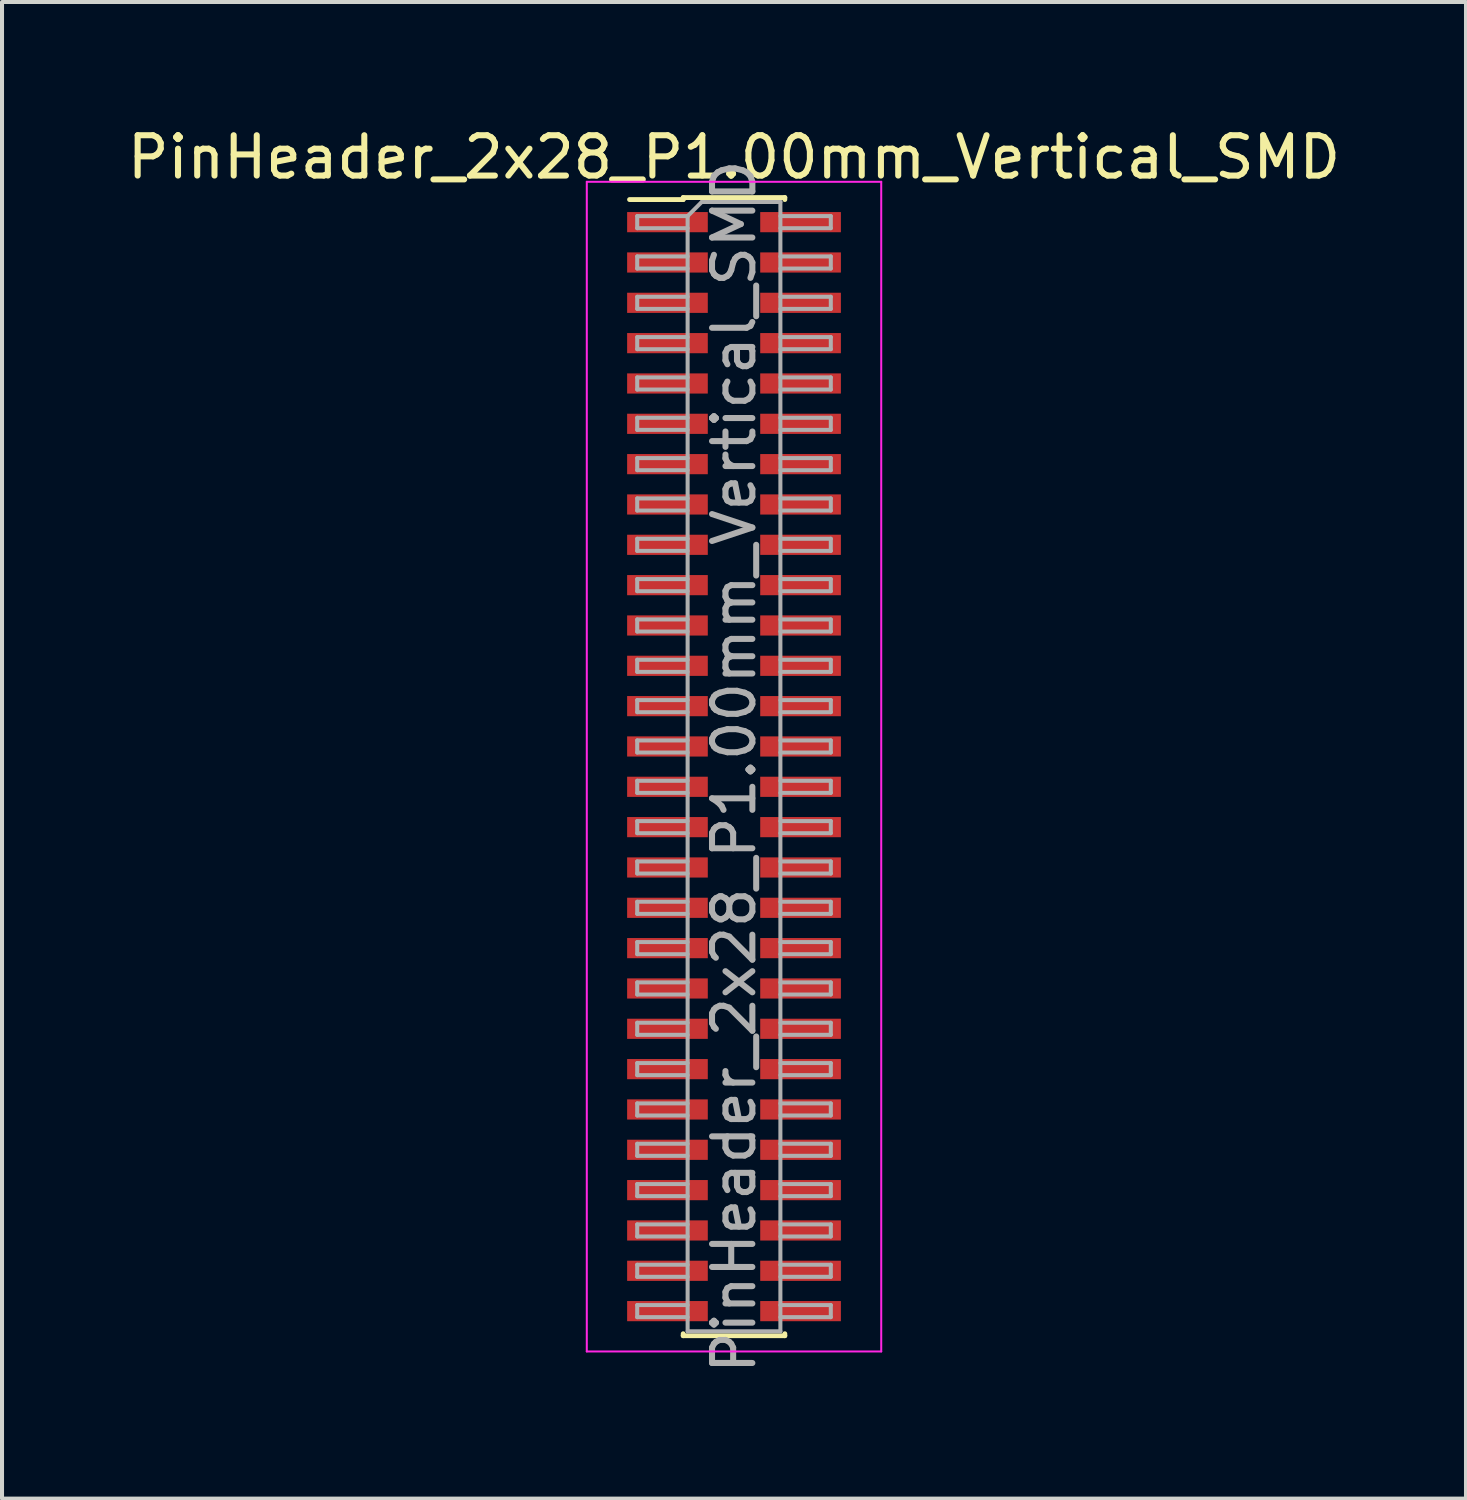
<source format=kicad_pcb>
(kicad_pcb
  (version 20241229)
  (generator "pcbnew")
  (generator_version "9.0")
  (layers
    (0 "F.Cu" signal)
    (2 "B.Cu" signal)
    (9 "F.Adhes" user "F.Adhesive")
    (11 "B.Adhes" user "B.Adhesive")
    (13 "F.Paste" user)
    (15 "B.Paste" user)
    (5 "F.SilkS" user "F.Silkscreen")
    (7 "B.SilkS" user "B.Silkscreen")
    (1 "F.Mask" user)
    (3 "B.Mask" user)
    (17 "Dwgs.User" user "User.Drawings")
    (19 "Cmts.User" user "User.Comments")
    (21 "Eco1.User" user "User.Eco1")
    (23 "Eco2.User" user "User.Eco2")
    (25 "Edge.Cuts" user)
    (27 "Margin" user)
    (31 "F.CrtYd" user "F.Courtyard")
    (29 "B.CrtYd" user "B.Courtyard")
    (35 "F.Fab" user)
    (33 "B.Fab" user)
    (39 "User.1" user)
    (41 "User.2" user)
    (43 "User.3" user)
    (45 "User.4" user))
  (footprint "PinHeader_2x28_P1.00mm_Vertical_SMD"
    (layer "F.Cu")
    (at 15.149 15.958)
    (property "Reference" "PinHeader_2x28_P1.00mm_Vertical_SMD" (at 0 -15.11 0) (layer "F.SilkS") (effects (font (size 1 1) (thickness 0.15))))
    (attr smd)
    (fp_line (start -2.59 -14.06) (end -1.26 -14.06) (stroke (width 0.12) (type solid)) (layer "F.SilkS"))
    (fp_line (start -1.26 -14.11) (end -1.26 -14.06) (stroke (width 0.12) (type solid)) (layer "F.SilkS"))
    (fp_line (start -1.26 -14.11) (end 1.26 -14.11) (stroke (width 0.12) (type solid)) (layer "F.SilkS"))
    (fp_line (start -1.26 14.06) (end -1.26 14.11) (stroke (width 0.12) (type solid)) (layer "F.SilkS"))
    (fp_line (start -1.26 14.11) (end 1.26 14.11) (stroke (width 0.12) (type solid)) (layer "F.SilkS"))
    (fp_line (start 1.26 -14.11) (end 1.26 -14.06) (stroke (width 0.12) (type solid)) (layer "F.SilkS"))
    (fp_line (start 1.26 14.06) (end 1.26 14.11) (stroke (width 0.12) (type solid)) (layer "F.SilkS"))
    (fp_line (start -3.65 -14.5) (end -3.65 14.5) (stroke (width 0.05) (type solid)) (layer "F.CrtYd"))
    (fp_line (start -3.65 14.5) (end 3.65 14.5) (stroke (width 0.05) (type solid)) (layer "F.CrtYd"))
    (fp_line (start 3.65 -14.5) (end -3.65 -14.5) (stroke (width 0.05) (type solid)) (layer "F.CrtYd"))
    (fp_line (start 3.65 14.5) (end 3.65 -14.5) (stroke (width 0.05) (type solid)) (layer "F.CrtYd"))
    (fp_line (start -2.4 -13.65) (end -2.4 -13.35) (stroke (width 0.1) (type solid)) (layer "F.Fab"))
    (fp_line (start -2.4 -13.35) (end -1.15 -13.35) (stroke (width 0.1) (type solid)) (layer "F.Fab"))
    (fp_line (start -2.4 -12.65) (end -2.4 -12.35) (stroke (width 0.1) (type solid)) (layer "F.Fab"))
    (fp_line (start -2.4 -12.35) (end -1.15 -12.35) (stroke (width 0.1) (type solid)) (layer "F.Fab"))
    (fp_line (start -2.4 -11.65) (end -2.4 -11.35) (stroke (width 0.1) (type solid)) (layer "F.Fab"))
    (fp_line (start -2.4 -11.35) (end -1.15 -11.35) (stroke (width 0.1) (type solid)) (layer "F.Fab"))
    (fp_line (start -2.4 -10.65) (end -2.4 -10.35) (stroke (width 0.1) (type solid)) (layer "F.Fab"))
    (fp_line (start -2.4 -10.35) (end -1.15 -10.35) (stroke (width 0.1) (type solid)) (layer "F.Fab"))
    (fp_line (start -2.4 -9.65) (end -2.4 -9.35) (stroke (width 0.1) (type solid)) (layer "F.Fab"))
    (fp_line (start -2.4 -9.35) (end -1.15 -9.35) (stroke (width 0.1) (type solid)) (layer "F.Fab"))
    (fp_line (start -2.4 -8.65) (end -2.4 -8.35) (stroke (width 0.1) (type solid)) (layer "F.Fab"))
    (fp_line (start -2.4 -8.35) (end -1.15 -8.35) (stroke (width 0.1) (type solid)) (layer "F.Fab"))
    (fp_line (start -2.4 -7.65) (end -2.4 -7.35) (stroke (width 0.1) (type solid)) (layer "F.Fab"))
    (fp_line (start -2.4 -7.35) (end -1.15 -7.35) (stroke (width 0.1) (type solid)) (layer "F.Fab"))
    (fp_line (start -2.4 -6.65) (end -2.4 -6.35) (stroke (width 0.1) (type solid)) (layer "F.Fab"))
    (fp_line (start -2.4 -6.35) (end -1.15 -6.35) (stroke (width 0.1) (type solid)) (layer "F.Fab"))
    (fp_line (start -2.4 -5.65) (end -2.4 -5.35) (stroke (width 0.1) (type solid)) (layer "F.Fab"))
    (fp_line (start -2.4 -5.35) (end -1.15 -5.35) (stroke (width 0.1) (type solid)) (layer "F.Fab"))
    (fp_line (start -2.4 -4.65) (end -2.4 -4.35) (stroke (width 0.1) (type solid)) (layer "F.Fab"))
    (fp_line (start -2.4 -4.35) (end -1.15 -4.35) (stroke (width 0.1) (type solid)) (layer "F.Fab"))
    (fp_line (start -2.4 -3.65) (end -2.4 -3.35) (stroke (width 0.1) (type solid)) (layer "F.Fab"))
    (fp_line (start -2.4 -3.35) (end -1.15 -3.35) (stroke (width 0.1) (type solid)) (layer "F.Fab"))
    (fp_line (start -2.4 -2.65) (end -2.4 -2.35) (stroke (width 0.1) (type solid)) (layer "F.Fab"))
    (fp_line (start -2.4 -2.35) (end -1.15 -2.35) (stroke (width 0.1) (type solid)) (layer "F.Fab"))
    (fp_line (start -2.4 -1.65) (end -2.4 -1.35) (stroke (width 0.1) (type solid)) (layer "F.Fab"))
    (fp_line (start -2.4 -1.35) (end -1.15 -1.35) (stroke (width 0.1) (type solid)) (layer "F.Fab"))
    (fp_line (start -2.4 -0.65) (end -2.4 -0.35) (stroke (width 0.1) (type solid)) (layer "F.Fab"))
    (fp_line (start -2.4 -0.35) (end -1.15 -0.35) (stroke (width 0.1) (type solid)) (layer "F.Fab"))
    (fp_line (start -2.4 0.35) (end -2.4 0.65) (stroke (width 0.1) (type solid)) (layer "F.Fab"))
    (fp_line (start -2.4 0.65) (end -1.15 0.65) (stroke (width 0.1) (type solid)) (layer "F.Fab"))
    (fp_line (start -2.4 1.35) (end -2.4 1.65) (stroke (width 0.1) (type solid)) (layer "F.Fab"))
    (fp_line (start -2.4 1.65) (end -1.15 1.65) (stroke (width 0.1) (type solid)) (layer "F.Fab"))
    (fp_line (start -2.4 2.35) (end -2.4 2.65) (stroke (width 0.1) (type solid)) (layer "F.Fab"))
    (fp_line (start -2.4 2.65) (end -1.15 2.65) (stroke (width 0.1) (type solid)) (layer "F.Fab"))
    (fp_line (start -2.4 3.35) (end -2.4 3.65) (stroke (width 0.1) (type solid)) (layer "F.Fab"))
    (fp_line (start -2.4 3.65) (end -1.15 3.65) (stroke (width 0.1) (type solid)) (layer "F.Fab"))
    (fp_line (start -2.4 4.35) (end -2.4 4.65) (stroke (width 0.1) (type solid)) (layer "F.Fab"))
    (fp_line (start -2.4 4.65) (end -1.15 4.65) (stroke (width 0.1) (type solid)) (layer "F.Fab"))
    (fp_line (start -2.4 5.35) (end -2.4 5.65) (stroke (width 0.1) (type solid)) (layer "F.Fab"))
    (fp_line (start -2.4 5.65) (end -1.15 5.65) (stroke (width 0.1) (type solid)) (layer "F.Fab"))
    (fp_line (start -2.4 6.35) (end -2.4 6.65) (stroke (width 0.1) (type solid)) (layer "F.Fab"))
    (fp_line (start -2.4 6.65) (end -1.15 6.65) (stroke (width 0.1) (type solid)) (layer "F.Fab"))
    (fp_line (start -2.4 7.35) (end -2.4 7.65) (stroke (width 0.1) (type solid)) (layer "F.Fab"))
    (fp_line (start -2.4 7.65) (end -1.15 7.65) (stroke (width 0.1) (type solid)) (layer "F.Fab"))
    (fp_line (start -2.4 8.35) (end -2.4 8.65) (stroke (width 0.1) (type solid)) (layer "F.Fab"))
    (fp_line (start -2.4 8.65) (end -1.15 8.65) (stroke (width 0.1) (type solid)) (layer "F.Fab"))
    (fp_line (start -2.4 9.35) (end -2.4 9.65) (stroke (width 0.1) (type solid)) (layer "F.Fab"))
    (fp_line (start -2.4 9.65) (end -1.15 9.65) (stroke (width 0.1) (type solid)) (layer "F.Fab"))
    (fp_line (start -2.4 10.35) (end -2.4 10.65) (stroke (width 0.1) (type solid)) (layer "F.Fab"))
    (fp_line (start -2.4 10.65) (end -1.15 10.65) (stroke (width 0.1) (type solid)) (layer "F.Fab"))
    (fp_line (start -2.4 11.35) (end -2.4 11.65) (stroke (width 0.1) (type solid)) (layer "F.Fab"))
    (fp_line (start -2.4 11.65) (end -1.15 11.65) (stroke (width 0.1) (type solid)) (layer "F.Fab"))
    (fp_line (start -2.4 12.35) (end -2.4 12.65) (stroke (width 0.1) (type solid)) (layer "F.Fab"))
    (fp_line (start -2.4 12.65) (end -1.15 12.65) (stroke (width 0.1) (type solid)) (layer "F.Fab"))
    (fp_line (start -2.4 13.35) (end -2.4 13.65) (stroke (width 0.1) (type solid)) (layer "F.Fab"))
    (fp_line (start -2.4 13.65) (end -1.15 13.65) (stroke (width 0.1) (type solid)) (layer "F.Fab"))
    (fp_line (start -1.15 -13.65) (end -2.4 -13.65) (stroke (width 0.1) (type solid)) (layer "F.Fab"))
    (fp_line (start -1.15 -13.65) (end -0.8 -14) (stroke (width 0.1) (type solid)) (layer "F.Fab"))
    (fp_line (start -1.15 -12.65) (end -2.4 -12.65) (stroke (width 0.1) (type solid)) (layer "F.Fab"))
    (fp_line (start -1.15 -11.65) (end -2.4 -11.65) (stroke (width 0.1) (type solid)) (layer "F.Fab"))
    (fp_line (start -1.15 -10.65) (end -2.4 -10.65) (stroke (width 0.1) (type solid)) (layer "F.Fab"))
    (fp_line (start -1.15 -9.65) (end -2.4 -9.65) (stroke (width 0.1) (type solid)) (layer "F.Fab"))
    (fp_line (start -1.15 -8.65) (end -2.4 -8.65) (stroke (width 0.1) (type solid)) (layer "F.Fab"))
    (fp_line (start -1.15 -7.65) (end -2.4 -7.65) (stroke (width 0.1) (type solid)) (layer "F.Fab"))
    (fp_line (start -1.15 -6.65) (end -2.4 -6.65) (stroke (width 0.1) (type solid)) (layer "F.Fab"))
    (fp_line (start -1.15 -5.65) (end -2.4 -5.65) (stroke (width 0.1) (type solid)) (layer "F.Fab"))
    (fp_line (start -1.15 -4.65) (end -2.4 -4.65) (stroke (width 0.1) (type solid)) (layer "F.Fab"))
    (fp_line (start -1.15 -3.65) (end -2.4 -3.65) (stroke (width 0.1) (type solid)) (layer "F.Fab"))
    (fp_line (start -1.15 -2.65) (end -2.4 -2.65) (stroke (width 0.1) (type solid)) (layer "F.Fab"))
    (fp_line (start -1.15 -1.65) (end -2.4 -1.65) (stroke (width 0.1) (type solid)) (layer "F.Fab"))
    (fp_line (start -1.15 -0.65) (end -2.4 -0.65) (stroke (width 0.1) (type solid)) (layer "F.Fab"))
    (fp_line (start -1.15 0.35) (end -2.4 0.35) (stroke (width 0.1) (type solid)) (layer "F.Fab"))
    (fp_line (start -1.15 1.35) (end -2.4 1.35) (stroke (width 0.1) (type solid)) (layer "F.Fab"))
    (fp_line (start -1.15 2.35) (end -2.4 2.35) (stroke (width 0.1) (type solid)) (layer "F.Fab"))
    (fp_line (start -1.15 3.35) (end -2.4 3.35) (stroke (width 0.1) (type solid)) (layer "F.Fab"))
    (fp_line (start -1.15 4.35) (end -2.4 4.35) (stroke (width 0.1) (type solid)) (layer "F.Fab"))
    (fp_line (start -1.15 5.35) (end -2.4 5.35) (stroke (width 0.1) (type solid)) (layer "F.Fab"))
    (fp_line (start -1.15 6.35) (end -2.4 6.35) (stroke (width 0.1) (type solid)) (layer "F.Fab"))
    (fp_line (start -1.15 7.35) (end -2.4 7.35) (stroke (width 0.1) (type solid)) (layer "F.Fab"))
    (fp_line (start -1.15 8.35) (end -2.4 8.35) (stroke (width 0.1) (type solid)) (layer "F.Fab"))
    (fp_line (start -1.15 9.35) (end -2.4 9.35) (stroke (width 0.1) (type solid)) (layer "F.Fab"))
    (fp_line (start -1.15 10.35) (end -2.4 10.35) (stroke (width 0.1) (type solid)) (layer "F.Fab"))
    (fp_line (start -1.15 11.35) (end -2.4 11.35) (stroke (width 0.1) (type solid)) (layer "F.Fab"))
    (fp_line (start -1.15 12.35) (end -2.4 12.35) (stroke (width 0.1) (type solid)) (layer "F.Fab"))
    (fp_line (start -1.15 13.35) (end -2.4 13.35) (stroke (width 0.1) (type solid)) (layer "F.Fab"))
    (fp_line (start -1.15 14) (end -1.15 -13.65) (stroke (width 0.1) (type solid)) (layer "F.Fab"))
    (fp_line (start -0.8 -14) (end 1.15 -14) (stroke (width 0.1) (type solid)) (layer "F.Fab"))
    (fp_line (start 1.15 -14) (end 1.15 14) (stroke (width 0.1) (type solid)) (layer "F.Fab"))
    (fp_line (start 1.15 -13.65) (end 2.4 -13.65) (stroke (width 0.1) (type solid)) (layer "F.Fab"))
    (fp_line (start 1.15 -12.65) (end 2.4 -12.65) (stroke (width 0.1) (type solid)) (layer "F.Fab"))
    (fp_line (start 1.15 -11.65) (end 2.4 -11.65) (stroke (width 0.1) (type solid)) (layer "F.Fab"))
    (fp_line (start 1.15 -10.65) (end 2.4 -10.65) (stroke (width 0.1) (type solid)) (layer "F.Fab"))
    (fp_line (start 1.15 -9.65) (end 2.4 -9.65) (stroke (width 0.1) (type solid)) (layer "F.Fab"))
    (fp_line (start 1.15 -8.65) (end 2.4 -8.65) (stroke (width 0.1) (type solid)) (layer "F.Fab"))
    (fp_line (start 1.15 -7.65) (end 2.4 -7.65) (stroke (width 0.1) (type solid)) (layer "F.Fab"))
    (fp_line (start 1.15 -6.65) (end 2.4 -6.65) (stroke (width 0.1) (type solid)) (layer "F.Fab"))
    (fp_line (start 1.15 -5.65) (end 2.4 -5.65) (stroke (width 0.1) (type solid)) (layer "F.Fab"))
    (fp_line (start 1.15 -4.65) (end 2.4 -4.65) (stroke (width 0.1) (type solid)) (layer "F.Fab"))
    (fp_line (start 1.15 -3.65) (end 2.4 -3.65) (stroke (width 0.1) (type solid)) (layer "F.Fab"))
    (fp_line (start 1.15 -2.65) (end 2.4 -2.65) (stroke (width 0.1) (type solid)) (layer "F.Fab"))
    (fp_line (start 1.15 -1.65) (end 2.4 -1.65) (stroke (width 0.1) (type solid)) (layer "F.Fab"))
    (fp_line (start 1.15 -0.65) (end 2.4 -0.65) (stroke (width 0.1) (type solid)) (layer "F.Fab"))
    (fp_line (start 1.15 0.35) (end 2.4 0.35) (stroke (width 0.1) (type solid)) (layer "F.Fab"))
    (fp_line (start 1.15 1.35) (end 2.4 1.35) (stroke (width 0.1) (type solid)) (layer "F.Fab"))
    (fp_line (start 1.15 2.35) (end 2.4 2.35) (stroke (width 0.1) (type solid)) (layer "F.Fab"))
    (fp_line (start 1.15 3.35) (end 2.4 3.35) (stroke (width 0.1) (type solid)) (layer "F.Fab"))
    (fp_line (start 1.15 4.35) (end 2.4 4.35) (stroke (width 0.1) (type solid)) (layer "F.Fab"))
    (fp_line (start 1.15 5.35) (end 2.4 5.35) (stroke (width 0.1) (type solid)) (layer "F.Fab"))
    (fp_line (start 1.15 6.35) (end 2.4 6.35) (stroke (width 0.1) (type solid)) (layer "F.Fab"))
    (fp_line (start 1.15 7.35) (end 2.4 7.35) (stroke (width 0.1) (type solid)) (layer "F.Fab"))
    (fp_line (start 1.15 8.35) (end 2.4 8.35) (stroke (width 0.1) (type solid)) (layer "F.Fab"))
    (fp_line (start 1.15 9.35) (end 2.4 9.35) (stroke (width 0.1) (type solid)) (layer "F.Fab"))
    (fp_line (start 1.15 10.35) (end 2.4 10.35) (stroke (width 0.1) (type solid)) (layer "F.Fab"))
    (fp_line (start 1.15 11.35) (end 2.4 11.35) (stroke (width 0.1) (type solid)) (layer "F.Fab"))
    (fp_line (start 1.15 12.35) (end 2.4 12.35) (stroke (width 0.1) (type solid)) (layer "F.Fab"))
    (fp_line (start 1.15 13.35) (end 2.4 13.35) (stroke (width 0.1) (type solid)) (layer "F.Fab"))
    (fp_line (start 1.15 14) (end -1.15 14) (stroke (width 0.1) (type solid)) (layer "F.Fab"))
    (fp_line (start 2.4 -13.65) (end 2.4 -13.35) (stroke (width 0.1) (type solid)) (layer "F.Fab"))
    (fp_line (start 2.4 -13.35) (end 1.15 -13.35) (stroke (width 0.1) (type solid)) (layer "F.Fab"))
    (fp_line (start 2.4 -12.65) (end 2.4 -12.35) (stroke (width 0.1) (type solid)) (layer "F.Fab"))
    (fp_line (start 2.4 -12.35) (end 1.15 -12.35) (stroke (width 0.1) (type solid)) (layer "F.Fab"))
    (fp_line (start 2.4 -11.65) (end 2.4 -11.35) (stroke (width 0.1) (type solid)) (layer "F.Fab"))
    (fp_line (start 2.4 -11.35) (end 1.15 -11.35) (stroke (width 0.1) (type solid)) (layer "F.Fab"))
    (fp_line (start 2.4 -10.65) (end 2.4 -10.35) (stroke (width 0.1) (type solid)) (layer "F.Fab"))
    (fp_line (start 2.4 -10.35) (end 1.15 -10.35) (stroke (width 0.1) (type solid)) (layer "F.Fab"))
    (fp_line (start 2.4 -9.65) (end 2.4 -9.35) (stroke (width 0.1) (type solid)) (layer "F.Fab"))
    (fp_line (start 2.4 -9.35) (end 1.15 -9.35) (stroke (width 0.1) (type solid)) (layer "F.Fab"))
    (fp_line (start 2.4 -8.65) (end 2.4 -8.35) (stroke (width 0.1) (type solid)) (layer "F.Fab"))
    (fp_line (start 2.4 -8.35) (end 1.15 -8.35) (stroke (width 0.1) (type solid)) (layer "F.Fab"))
    (fp_line (start 2.4 -7.65) (end 2.4 -7.35) (stroke (width 0.1) (type solid)) (layer "F.Fab"))
    (fp_line (start 2.4 -7.35) (end 1.15 -7.35) (stroke (width 0.1) (type solid)) (layer "F.Fab"))
    (fp_line (start 2.4 -6.65) (end 2.4 -6.35) (stroke (width 0.1) (type solid)) (layer "F.Fab"))
    (fp_line (start 2.4 -6.35) (end 1.15 -6.35) (stroke (width 0.1) (type solid)) (layer "F.Fab"))
    (fp_line (start 2.4 -5.65) (end 2.4 -5.35) (stroke (width 0.1) (type solid)) (layer "F.Fab"))
    (fp_line (start 2.4 -5.35) (end 1.15 -5.35) (stroke (width 0.1) (type solid)) (layer "F.Fab"))
    (fp_line (start 2.4 -4.65) (end 2.4 -4.35) (stroke (width 0.1) (type solid)) (layer "F.Fab"))
    (fp_line (start 2.4 -4.35) (end 1.15 -4.35) (stroke (width 0.1) (type solid)) (layer "F.Fab"))
    (fp_line (start 2.4 -3.65) (end 2.4 -3.35) (stroke (width 0.1) (type solid)) (layer "F.Fab"))
    (fp_line (start 2.4 -3.35) (end 1.15 -3.35) (stroke (width 0.1) (type solid)) (layer "F.Fab"))
    (fp_line (start 2.4 -2.65) (end 2.4 -2.35) (stroke (width 0.1) (type solid)) (layer "F.Fab"))
    (fp_line (start 2.4 -2.35) (end 1.15 -2.35) (stroke (width 0.1) (type solid)) (layer "F.Fab"))
    (fp_line (start 2.4 -1.65) (end 2.4 -1.35) (stroke (width 0.1) (type solid)) (layer "F.Fab"))
    (fp_line (start 2.4 -1.35) (end 1.15 -1.35) (stroke (width 0.1) (type solid)) (layer "F.Fab"))
    (fp_line (start 2.4 -0.65) (end 2.4 -0.35) (stroke (width 0.1) (type solid)) (layer "F.Fab"))
    (fp_line (start 2.4 -0.35) (end 1.15 -0.35) (stroke (width 0.1) (type solid)) (layer "F.Fab"))
    (fp_line (start 2.4 0.35) (end 2.4 0.65) (stroke (width 0.1) (type solid)) (layer "F.Fab"))
    (fp_line (start 2.4 0.65) (end 1.15 0.65) (stroke (width 0.1) (type solid)) (layer "F.Fab"))
    (fp_line (start 2.4 1.35) (end 2.4 1.65) (stroke (width 0.1) (type solid)) (layer "F.Fab"))
    (fp_line (start 2.4 1.65) (end 1.15 1.65) (stroke (width 0.1) (type solid)) (layer "F.Fab"))
    (fp_line (start 2.4 2.35) (end 2.4 2.65) (stroke (width 0.1) (type solid)) (layer "F.Fab"))
    (fp_line (start 2.4 2.65) (end 1.15 2.65) (stroke (width 0.1) (type solid)) (layer "F.Fab"))
    (fp_line (start 2.4 3.35) (end 2.4 3.65) (stroke (width 0.1) (type solid)) (layer "F.Fab"))
    (fp_line (start 2.4 3.65) (end 1.15 3.65) (stroke (width 0.1) (type solid)) (layer "F.Fab"))
    (fp_line (start 2.4 4.35) (end 2.4 4.65) (stroke (width 0.1) (type solid)) (layer "F.Fab"))
    (fp_line (start 2.4 4.65) (end 1.15 4.65) (stroke (width 0.1) (type solid)) (layer "F.Fab"))
    (fp_line (start 2.4 5.35) (end 2.4 5.65) (stroke (width 0.1) (type solid)) (layer "F.Fab"))
    (fp_line (start 2.4 5.65) (end 1.15 5.65) (stroke (width 0.1) (type solid)) (layer "F.Fab"))
    (fp_line (start 2.4 6.35) (end 2.4 6.65) (stroke (width 0.1) (type solid)) (layer "F.Fab"))
    (fp_line (start 2.4 6.65) (end 1.15 6.65) (stroke (width 0.1) (type solid)) (layer "F.Fab"))
    (fp_line (start 2.4 7.35) (end 2.4 7.65) (stroke (width 0.1) (type solid)) (layer "F.Fab"))
    (fp_line (start 2.4 7.65) (end 1.15 7.65) (stroke (width 0.1) (type solid)) (layer "F.Fab"))
    (fp_line (start 2.4 8.35) (end 2.4 8.65) (stroke (width 0.1) (type solid)) (layer "F.Fab"))
    (fp_line (start 2.4 8.65) (end 1.15 8.65) (stroke (width 0.1) (type solid)) (layer "F.Fab"))
    (fp_line (start 2.4 9.35) (end 2.4 9.65) (stroke (width 0.1) (type solid)) (layer "F.Fab"))
    (fp_line (start 2.4 9.65) (end 1.15 9.65) (stroke (width 0.1) (type solid)) (layer "F.Fab"))
    (fp_line (start 2.4 10.35) (end 2.4 10.65) (stroke (width 0.1) (type solid)) (layer "F.Fab"))
    (fp_line (start 2.4 10.65) (end 1.15 10.65) (stroke (width 0.1) (type solid)) (layer "F.Fab"))
    (fp_line (start 2.4 11.35) (end 2.4 11.65) (stroke (width 0.1) (type solid)) (layer "F.Fab"))
    (fp_line (start 2.4 11.65) (end 1.15 11.65) (stroke (width 0.1) (type solid)) (layer "F.Fab"))
    (fp_line (start 2.4 12.35) (end 2.4 12.65) (stroke (width 0.1) (type solid)) (layer "F.Fab"))
    (fp_line (start 2.4 12.65) (end 1.15 12.65) (stroke (width 0.1) (type solid)) (layer "F.Fab"))
    (fp_line (start 2.4 13.35) (end 2.4 13.65) (stroke (width 0.1) (type solid)) (layer "F.Fab"))
    (fp_line (start 2.4 13.65) (end 1.15 13.65) (stroke (width 0.1) (type solid)) (layer "F.Fab"))
    (fp_text user "${REFERENCE}" (at 0 0 90) (layer "F.Fab") (effects (font (size 1 1) (thickness 0.15))))
    (pad "1" smd rect (at -1.65 -13.5) (size 2 0.5) (layers "F.Cu" "F.Mask" "F.Paste"))
    (pad "2" smd rect (at 1.65 -13.5) (size 2 0.5) (layers "F.Cu" "F.Mask" "F.Paste"))
    (pad "3" smd rect (at -1.65 -12.5) (size 2 0.5) (layers "F.Cu" "F.Mask" "F.Paste"))
    (pad "4" smd rect (at 1.65 -12.5) (size 2 0.5) (layers "F.Cu" "F.Mask" "F.Paste"))
    (pad "5" smd rect (at -1.65 -11.5) (size 2 0.5) (layers "F.Cu" "F.Mask" "F.Paste"))
    (pad "6" smd rect (at 1.65 -11.5) (size 2 0.5) (layers "F.Cu" "F.Mask" "F.Paste"))
    (pad "7" smd rect (at -1.65 -10.5) (size 2 0.5) (layers "F.Cu" "F.Mask" "F.Paste"))
    (pad "8" smd rect (at 1.65 -10.5) (size 2 0.5) (layers "F.Cu" "F.Mask" "F.Paste"))
    (pad "9" smd rect (at -1.65 -9.5) (size 2 0.5) (layers "F.Cu" "F.Mask" "F.Paste"))
    (pad "10" smd rect (at 1.65 -9.5) (size 2 0.5) (layers "F.Cu" "F.Mask" "F.Paste"))
    (pad "11" smd rect (at -1.65 -8.5) (size 2 0.5) (layers "F.Cu" "F.Mask" "F.Paste"))
    (pad "12" smd rect (at 1.65 -8.5) (size 2 0.5) (layers "F.Cu" "F.Mask" "F.Paste"))
    (pad "13" smd rect (at -1.65 -7.5) (size 2 0.5) (layers "F.Cu" "F.Mask" "F.Paste"))
    (pad "14" smd rect (at 1.65 -7.5) (size 2 0.5) (layers "F.Cu" "F.Mask" "F.Paste"))
    (pad "15" smd rect (at -1.65 -6.5) (size 2 0.5) (layers "F.Cu" "F.Mask" "F.Paste"))
    (pad "16" smd rect (at 1.65 -6.5) (size 2 0.5) (layers "F.Cu" "F.Mask" "F.Paste"))
    (pad "17" smd rect (at -1.65 -5.5) (size 2 0.5) (layers "F.Cu" "F.Mask" "F.Paste"))
    (pad "18" smd rect (at 1.65 -5.5) (size 2 0.5) (layers "F.Cu" "F.Mask" "F.Paste"))
    (pad "19" smd rect (at -1.65 -4.5) (size 2 0.5) (layers "F.Cu" "F.Mask" "F.Paste"))
    (pad "20" smd rect (at 1.65 -4.5) (size 2 0.5) (layers "F.Cu" "F.Mask" "F.Paste"))
    (pad "21" smd rect (at -1.65 -3.5) (size 2 0.5) (layers "F.Cu" "F.Mask" "F.Paste"))
    (pad "22" smd rect (at 1.65 -3.5) (size 2 0.5) (layers "F.Cu" "F.Mask" "F.Paste"))
    (pad "23" smd rect (at -1.65 -2.5) (size 2 0.5) (layers "F.Cu" "F.Mask" "F.Paste"))
    (pad "24" smd rect (at 1.65 -2.5) (size 2 0.5) (layers "F.Cu" "F.Mask" "F.Paste"))
    (pad "25" smd rect (at -1.65 -1.5) (size 2 0.5) (layers "F.Cu" "F.Mask" "F.Paste"))
    (pad "26" smd rect (at 1.65 -1.5) (size 2 0.5) (layers "F.Cu" "F.Mask" "F.Paste"))
    (pad "27" smd rect (at -1.65 -0.5) (size 2 0.5) (layers "F.Cu" "F.Mask" "F.Paste"))
    (pad "28" smd rect (at 1.65 -0.5) (size 2 0.5) (layers "F.Cu" "F.Mask" "F.Paste"))
    (pad "29" smd rect (at -1.65 0.5) (size 2 0.5) (layers "F.Cu" "F.Mask" "F.Paste"))
    (pad "30" smd rect (at 1.65 0.5) (size 2 0.5) (layers "F.Cu" "F.Mask" "F.Paste"))
    (pad "31" smd rect (at -1.65 1.5) (size 2 0.5) (layers "F.Cu" "F.Mask" "F.Paste"))
    (pad "32" smd rect (at 1.65 1.5) (size 2 0.5) (layers "F.Cu" "F.Mask" "F.Paste"))
    (pad "33" smd rect (at -1.65 2.5) (size 2 0.5) (layers "F.Cu" "F.Mask" "F.Paste"))
    (pad "34" smd rect (at 1.65 2.5) (size 2 0.5) (layers "F.Cu" "F.Mask" "F.Paste"))
    (pad "35" smd rect (at -1.65 3.5) (size 2 0.5) (layers "F.Cu" "F.Mask" "F.Paste"))
    (pad "36" smd rect (at 1.65 3.5) (size 2 0.5) (layers "F.Cu" "F.Mask" "F.Paste"))
    (pad "37" smd rect (at -1.65 4.5) (size 2 0.5) (layers "F.Cu" "F.Mask" "F.Paste"))
    (pad "38" smd rect (at 1.65 4.5) (size 2 0.5) (layers "F.Cu" "F.Mask" "F.Paste"))
    (pad "39" smd rect (at -1.65 5.5) (size 2 0.5) (layers "F.Cu" "F.Mask" "F.Paste"))
    (pad "40" smd rect (at 1.65 5.5) (size 2 0.5) (layers "F.Cu" "F.Mask" "F.Paste"))
    (pad "41" smd rect (at -1.65 6.5) (size 2 0.5) (layers "F.Cu" "F.Mask" "F.Paste"))
    (pad "42" smd rect (at 1.65 6.5) (size 2 0.5) (layers "F.Cu" "F.Mask" "F.Paste"))
    (pad "43" smd rect (at -1.65 7.5) (size 2 0.5) (layers "F.Cu" "F.Mask" "F.Paste"))
    (pad "44" smd rect (at 1.65 7.5) (size 2 0.5) (layers "F.Cu" "F.Mask" "F.Paste"))
    (pad "45" smd rect (at -1.65 8.5) (size 2 0.5) (layers "F.Cu" "F.Mask" "F.Paste"))
    (pad "46" smd rect (at 1.65 8.5) (size 2 0.5) (layers "F.Cu" "F.Mask" "F.Paste"))
    (pad "47" smd rect (at -1.65 9.5) (size 2 0.5) (layers "F.Cu" "F.Mask" "F.Paste"))
    (pad "48" smd rect (at 1.65 9.5) (size 2 0.5) (layers "F.Cu" "F.Mask" "F.Paste"))
    (pad "49" smd rect (at -1.65 10.5) (size 2 0.5) (layers "F.Cu" "F.Mask" "F.Paste"))
    (pad "50" smd rect (at 1.65 10.5) (size 2 0.5) (layers "F.Cu" "F.Mask" "F.Paste"))
    (pad "51" smd rect (at -1.65 11.5) (size 2 0.5) (layers "F.Cu" "F.Mask" "F.Paste"))
    (pad "52" smd rect (at 1.65 11.5) (size 2 0.5) (layers "F.Cu" "F.Mask" "F.Paste"))
    (pad "53" smd rect (at -1.65 12.5) (size 2 0.5) (layers "F.Cu" "F.Mask" "F.Paste"))
    (pad "54" smd rect (at 1.65 12.5) (size 2 0.5) (layers "F.Cu" "F.Mask" "F.Paste"))
    (pad "55" smd rect (at -1.65 13.5) (size 2 0.5) (layers "F.Cu" "F.Mask" "F.Paste"))
    (pad "56" smd rect (at 1.65 13.5) (size 2 0.5) (layers "F.Cu" "F.Mask" "F.Paste")))
  (gr_rect
    (start -3 -3)
    (end 33.298 34.107)
    (stroke (width 0.1) (type default))
    (fill no)
    (layer "Edge.Cuts")))
</source>
